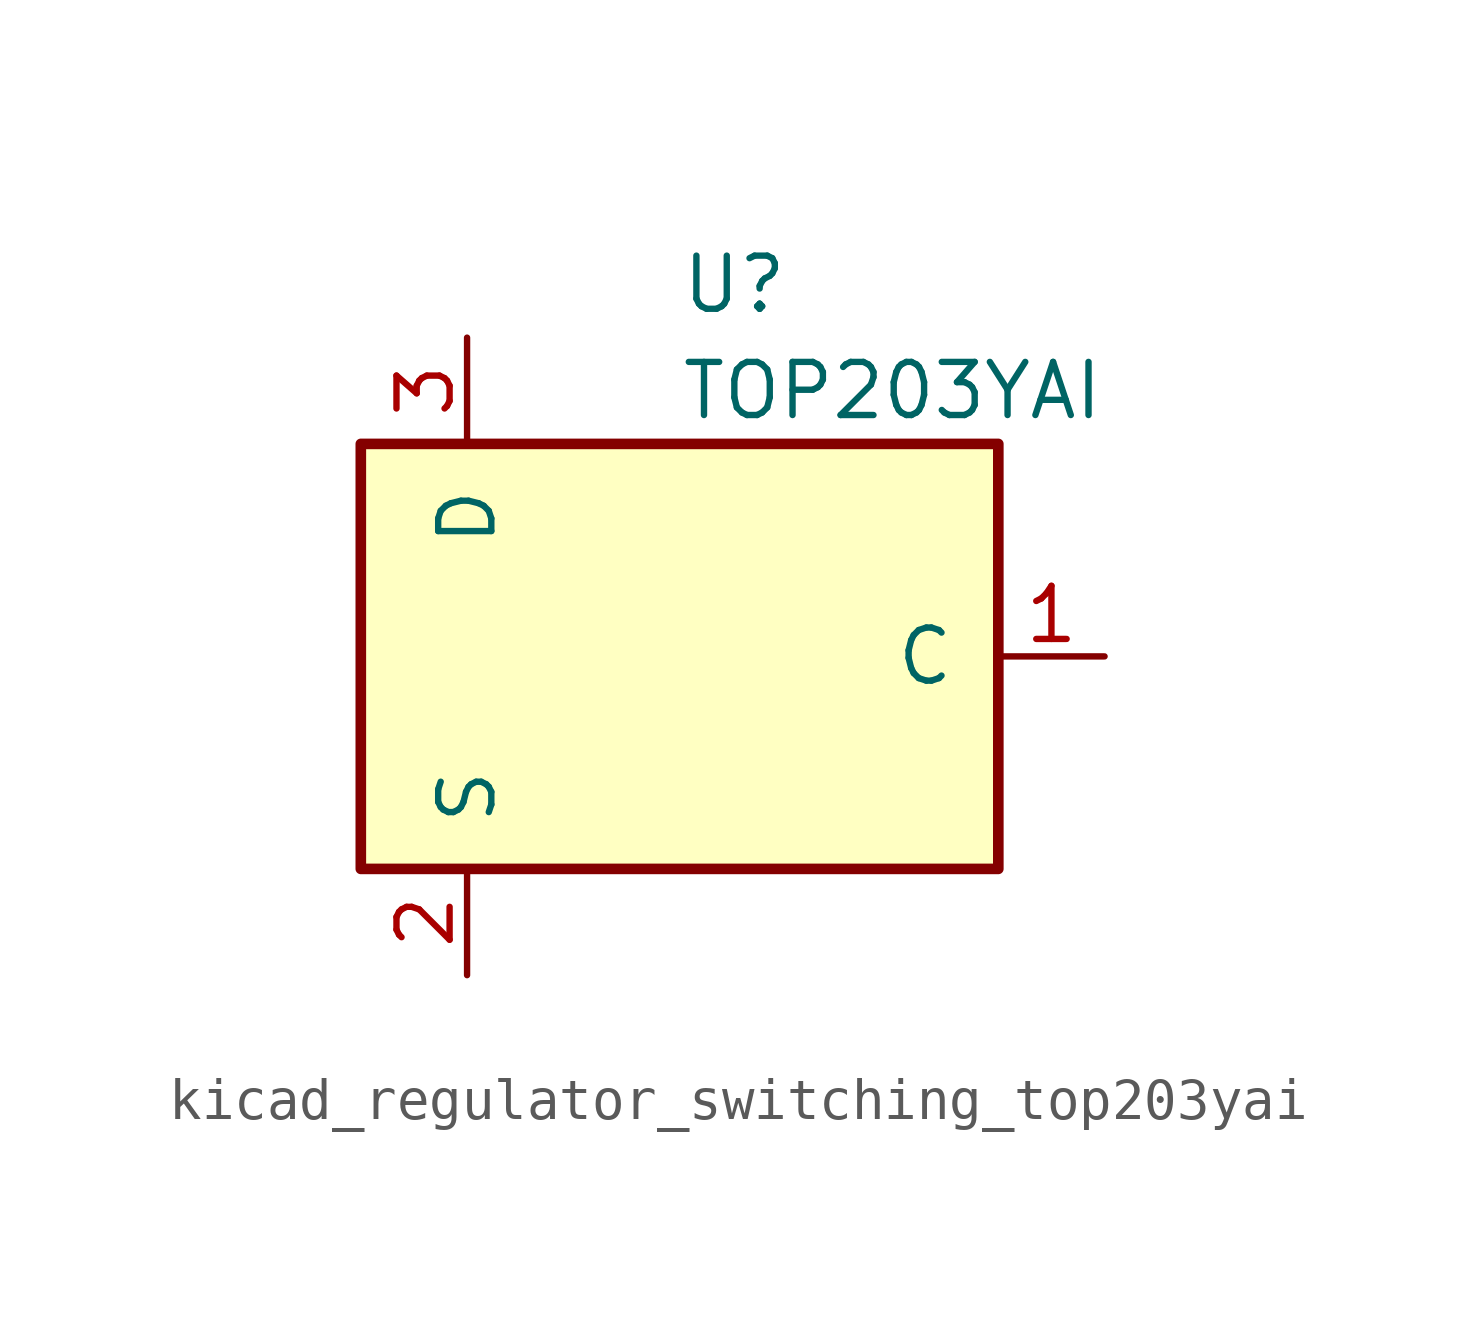
<source format=kicad_sym>
(kicad_symbol_lib
  (version 20220914)
  (generator kicad_symbol_editor)
  (symbol "kicad_regulator_switching_top203yai"
    (pin_names
      (offset 1.016))
    (property "Reference" "U"
      (at 0 8.89 0)
      (effects (font (size 1.27 1.27)) (justify left)))
    (property "Value" "TOP203YAI"
      (at 0 6.35 0)
      (effects (font (size 1.27 1.27)) (justify left)))
    (symbol "kicad_regulator_switching_top203yai_0_1"
      (rectangle (start -7.62 5.08) (end 7.62 -5.08) (stroke (width 0.254) (type default)) (fill (type background))))
    (symbol "kicad_regulator_switching_top203yai_1_1"
      (pin input line (at 10.16 0 180) (length 2.54) (name "C" (effects (font (size 1.27 1.27)))) (number "1" (effects (font (size 1.27 1.27)))))
      (pin power_in line (at -5.08 -7.62 90) (length 2.54) (name "S" (effects (font (size 1.27 1.27)))) (number "2" (effects (font (size 1.27 1.27)))))
      (pin open_collector line (at -5.08 7.62 270) (length 2.54) (name "D" (effects (font (size 1.27 1.27)))) (number "3" (effects (font (size 1.27 1.27))))))))
</source>
